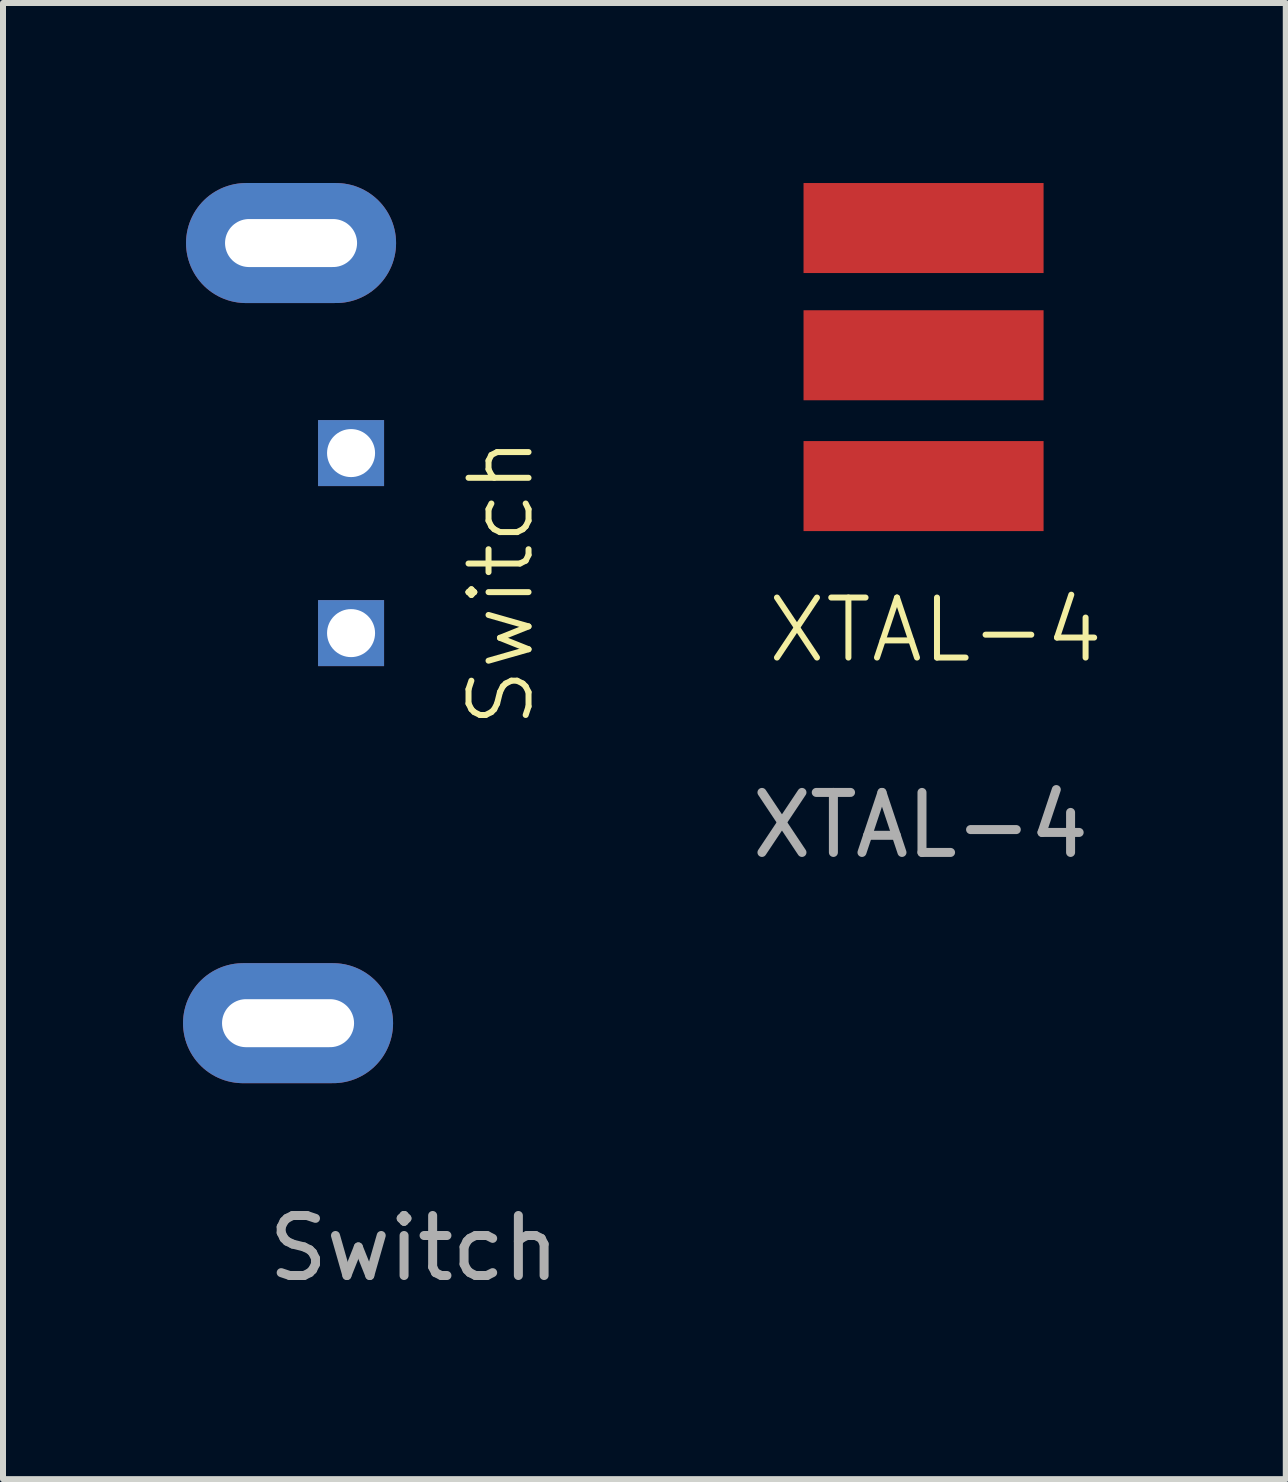
<source format=kicad_pcb>
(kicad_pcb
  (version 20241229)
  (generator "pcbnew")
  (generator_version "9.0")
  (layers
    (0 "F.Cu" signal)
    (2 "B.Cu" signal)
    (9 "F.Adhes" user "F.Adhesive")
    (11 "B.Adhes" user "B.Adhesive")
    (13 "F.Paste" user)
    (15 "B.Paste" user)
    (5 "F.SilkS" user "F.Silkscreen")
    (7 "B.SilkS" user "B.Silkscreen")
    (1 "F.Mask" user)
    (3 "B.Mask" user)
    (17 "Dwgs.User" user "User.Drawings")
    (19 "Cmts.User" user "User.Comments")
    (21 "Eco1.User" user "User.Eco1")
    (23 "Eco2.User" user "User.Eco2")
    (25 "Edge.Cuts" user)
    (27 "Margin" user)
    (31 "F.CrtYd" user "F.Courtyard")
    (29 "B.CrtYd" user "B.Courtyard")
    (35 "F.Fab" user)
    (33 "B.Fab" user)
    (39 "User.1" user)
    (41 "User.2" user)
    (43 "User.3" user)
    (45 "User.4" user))
  (footprint "XTAL-4"
    (layer "F.Cu")
    (at 12.49 2.95)
    (property "Reference" "XTAL-4" (at 0.05 4.5 0) (unlocked yes) (layer "F.SilkS") (effects (font (size 1 1) (thickness 0.1))))
    (attr smd)
    (fp_text user "${REFERENCE}" (at -0.2 7.75 0) (unlocked yes) (layer "F.Fab") (effects (font (size 1 1) (thickness 0.15))))
    (pad "1" smd rect (at -0.15 -2.2 90) (size 1.5 4) (layers "F.Cu" "F.Mask" "F.Paste"))
    (pad "2" smd rect (at -0.15 2.1 90) (size 1.5 4) (layers "F.Cu" "F.Mask" "F.Paste"))
    (pad "3" smd rect (at -0.15 -0.08 90) (size 1.5 4) (layers "F.Cu" "F.Mask" "F.Paste")))
  (footprint "Switch"
    (layer "F.Cu")
    (at 1.85 7.75)
    (property "Reference" "Switch" (at 3.45 -1.1 90) (unlocked yes) (layer "F.SilkS") (effects (font (size 1 1) (thickness 0.1))))
    (attr smd)
    (fp_text user "${REFERENCE}" (at 2 10 0) (unlocked yes) (layer "F.Fab") (effects (font (size 1 1) (thickness 0.15))))
    (pad "1" thru_hole rect (at 0.95 -3.25 270) (size 1.1 1.1) (drill 0.8) (layers "*.Cu" "*.Mask"))
    (pad "2" thru_hole rect (at 0.95 -0.25 270) (size 1.1 1.1) (drill 0.8) (layers "*.Cu" "*.Mask"))
    (pad "3" thru_hole oval (at -0.1 6.25 270) (size 2 3.5) (drill oval 0.8 2.2) (layers "*.Cu" "*.Mask"))
    (pad "3" thru_hole oval (at -0.05 -6.75 270) (size 2 3.5) (drill oval 0.8 2.2) (layers "*.Cu" "*.Mask")))
  (gr_rect
    (start -3 -3)
    (end 18.376 21.598)
    (stroke (width 0.1) (type default))
    (fill no)
    (layer "Edge.Cuts")))
</source>
